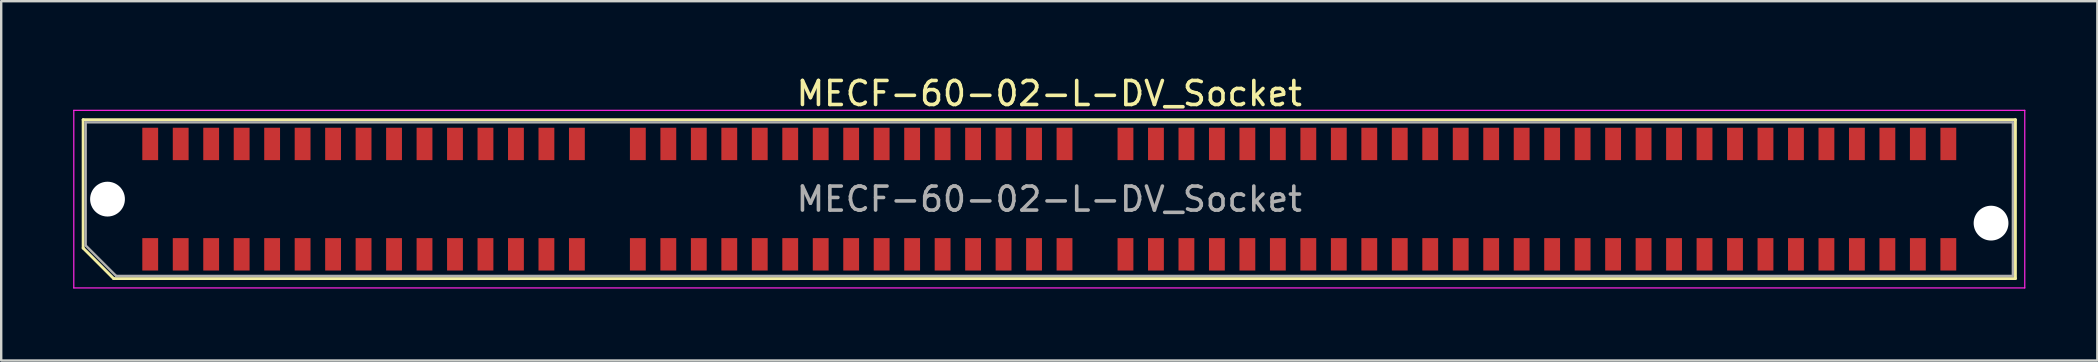
<source format=kicad_pcb>
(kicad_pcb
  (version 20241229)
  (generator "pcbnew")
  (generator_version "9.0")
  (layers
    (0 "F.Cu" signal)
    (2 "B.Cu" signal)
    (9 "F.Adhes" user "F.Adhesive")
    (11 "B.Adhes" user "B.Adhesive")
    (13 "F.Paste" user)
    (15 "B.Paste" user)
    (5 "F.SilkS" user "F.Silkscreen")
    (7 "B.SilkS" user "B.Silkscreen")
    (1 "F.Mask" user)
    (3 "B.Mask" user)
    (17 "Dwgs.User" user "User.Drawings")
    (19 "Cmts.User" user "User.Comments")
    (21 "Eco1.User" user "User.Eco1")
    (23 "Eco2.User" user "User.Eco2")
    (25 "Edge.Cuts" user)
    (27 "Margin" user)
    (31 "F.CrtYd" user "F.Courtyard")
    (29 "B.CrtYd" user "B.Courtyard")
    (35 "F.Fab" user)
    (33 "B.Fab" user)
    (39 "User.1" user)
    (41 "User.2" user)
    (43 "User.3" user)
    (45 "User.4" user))
  (footprint "MECF-60-02-L-DV_Socket"
    (layer "F.Cu")
    (at 40.675 5.248)
    (property "Reference" "MECF-60-02-L-DV_Socket" (at 0 -4.4 0) (layer "F.SilkS") (effects (font (size 1 1) (thickness 0.15))))
    (attr smd)
    (fp_line (start -40.26 -3.31) (end 40.26 -3.31) (stroke (width 0.12) (type solid)) (layer "F.SilkS"))
    (fp_line (start -40.26 2.04) (end -40.26 -3.31) (stroke (width 0.12) (type solid)) (layer "F.SilkS"))
    (fp_line (start -38.99 3.31) (end -40.26 2.04) (stroke (width 0.12) (type solid)) (layer "F.SilkS"))
    (fp_line (start -38.99 3.31) (end 40.26 3.31) (stroke (width 0.12) (type solid)) (layer "F.SilkS"))
    (fp_line (start 40.26 3.31) (end 40.26 -3.31) (stroke (width 0.12) (type solid)) (layer "F.SilkS"))
    (fp_line (start -40.65 -3.7) (end -40.65 3.7) (stroke (width 0.05) (type solid)) (layer "F.CrtYd"))
    (fp_line (start -40.65 3.7) (end 40.65 3.7) (stroke (width 0.05) (type solid)) (layer "F.CrtYd"))
    (fp_line (start 40.65 -3.7) (end -40.65 -3.7) (stroke (width 0.05) (type solid)) (layer "F.CrtYd"))
    (fp_line (start 40.65 3.7) (end 40.65 -3.7) (stroke (width 0.05) (type solid)) (layer "F.CrtYd"))
    (fp_line (start -40.155 -3.2) (end 40.155 -3.2) (stroke (width 0.1) (type solid)) (layer "F.Fab"))
    (fp_line (start -40.155 1.93) (end -40.155 -3.2) (stroke (width 0.1) (type solid)) (layer "F.Fab"))
    (fp_line (start -40.155 1.93) (end -38.885 3.2) (stroke (width 0.1) (type solid)) (layer "F.Fab"))
    (fp_line (start -38.885 3.2) (end 40.155 3.2) (stroke (width 0.1) (type solid)) (layer "F.Fab"))
    (fp_line (start 40.155 3.2) (end 40.155 -3.2) (stroke (width 0.1) (type solid)) (layer "F.Fab"))
    (fp_text user "${REFERENCE}" (at 0 0 0) (layer "F.Fab") (effects (font (size 1 1) (thickness 0.15))))
    (pad "" np_thru_hole circle (at -39.245 0) (size 1.45 1.45) (drill 1.45) (layers "*.Cu" "*.Mask"))
    (pad "" np_thru_hole circle (at 39.245 1) (size 1.45 1.45) (drill 1.45) (layers "*.Cu" "*.Mask"))
    (pad "1" smd rect (at -37.465 2.3) (size 0.66 1.35) (layers "F.Cu" "F.Mask" "F.Paste"))
    (pad "2" smd rect (at -37.465 -2.3) (size 0.66 1.35) (layers "F.Cu" "F.Mask" "F.Paste"))
    (pad "3" smd rect (at -36.195 2.3) (size 0.66 1.35) (layers "F.Cu" "F.Mask" "F.Paste"))
    (pad "4" smd rect (at -36.195 -2.3) (size 0.66 1.35) (layers "F.Cu" "F.Mask" "F.Paste"))
    (pad "5" smd rect (at -34.925 2.3) (size 0.66 1.35) (layers "F.Cu" "F.Mask" "F.Paste"))
    (pad "6" smd rect (at -34.925 -2.3) (size 0.66 1.35) (layers "F.Cu" "F.Mask" "F.Paste"))
    (pad "7" smd rect (at -33.655 2.3) (size 0.66 1.35) (layers "F.Cu" "F.Mask" "F.Paste"))
    (pad "8" smd rect (at -33.655 -2.3) (size 0.66 1.35) (layers "F.Cu" "F.Mask" "F.Paste"))
    (pad "9" smd rect (at -32.385 2.3) (size 0.66 1.35) (layers "F.Cu" "F.Mask" "F.Paste"))
    (pad "10" smd rect (at -32.385 -2.3) (size 0.66 1.35) (layers "F.Cu" "F.Mask" "F.Paste"))
    (pad "11" smd rect (at -31.115 2.3) (size 0.66 1.35) (layers "F.Cu" "F.Mask" "F.Paste"))
    (pad "12" smd rect (at -31.115 -2.3) (size 0.66 1.35) (layers "F.Cu" "F.Mask" "F.Paste"))
    (pad "13" smd rect (at -29.845 2.3) (size 0.66 1.35) (layers "F.Cu" "F.Mask" "F.Paste"))
    (pad "14" smd rect (at -29.845 -2.3) (size 0.66 1.35) (layers "F.Cu" "F.Mask" "F.Paste"))
    (pad "15" smd rect (at -28.575 2.3) (size 0.66 1.35) (layers "F.Cu" "F.Mask" "F.Paste"))
    (pad "16" smd rect (at -28.575 -2.3) (size 0.66 1.35) (layers "F.Cu" "F.Mask" "F.Paste"))
    (pad "17" smd rect (at -27.305 2.3) (size 0.66 1.35) (layers "F.Cu" "F.Mask" "F.Paste"))
    (pad "18" smd rect (at -27.305 -2.3) (size 0.66 1.35) (layers "F.Cu" "F.Mask" "F.Paste"))
    (pad "19" smd rect (at -26.035 2.3) (size 0.66 1.35) (layers "F.Cu" "F.Mask" "F.Paste"))
    (pad "20" smd rect (at -26.035 -2.3) (size 0.66 1.35) (layers "F.Cu" "F.Mask" "F.Paste"))
    (pad "21" smd rect (at -24.765 2.3) (size 0.66 1.35) (layers "F.Cu" "F.Mask" "F.Paste"))
    (pad "22" smd rect (at -24.765 -2.3) (size 0.66 1.35) (layers "F.Cu" "F.Mask" "F.Paste"))
    (pad "23" smd rect (at -23.495 2.3) (size 0.66 1.35) (layers "F.Cu" "F.Mask" "F.Paste"))
    (pad "24" smd rect (at -23.495 -2.3) (size 0.66 1.35) (layers "F.Cu" "F.Mask" "F.Paste"))
    (pad "25" smd rect (at -22.225 2.3) (size 0.66 1.35) (layers "F.Cu" "F.Mask" "F.Paste"))
    (pad "26" smd rect (at -22.225 -2.3) (size 0.66 1.35) (layers "F.Cu" "F.Mask" "F.Paste"))
    (pad "27" smd rect (at -20.955 2.3) (size 0.66 1.35) (layers "F.Cu" "F.Mask" "F.Paste"))
    (pad "28" smd rect (at -20.955 -2.3) (size 0.66 1.35) (layers "F.Cu" "F.Mask" "F.Paste"))
    (pad "29" smd rect (at -19.685 2.3) (size 0.66 1.35) (layers "F.Cu" "F.Mask" "F.Paste"))
    (pad "30" smd rect (at -19.685 -2.3) (size 0.66 1.35) (layers "F.Cu" "F.Mask" "F.Paste"))
    (pad "33" smd rect (at -17.145 2.3) (size 0.66 1.35) (layers "F.Cu" "F.Mask" "F.Paste"))
    (pad "34" smd rect (at -17.145 -2.3) (size 0.66 1.35) (layers "F.Cu" "F.Mask" "F.Paste"))
    (pad "35" smd rect (at -15.875 2.3) (size 0.66 1.35) (layers "F.Cu" "F.Mask" "F.Paste"))
    (pad "36" smd rect (at -15.875 -2.3) (size 0.66 1.35) (layers "F.Cu" "F.Mask" "F.Paste"))
    (pad "37" smd rect (at -14.605 2.3) (size 0.66 1.35) (layers "F.Cu" "F.Mask" "F.Paste"))
    (pad "38" smd rect (at -14.605 -2.3) (size 0.66 1.35) (layers "F.Cu" "F.Mask" "F.Paste"))
    (pad "39" smd rect (at -13.335 2.3) (size 0.66 1.35) (layers "F.Cu" "F.Mask" "F.Paste"))
    (pad "40" smd rect (at -13.335 -2.3) (size 0.66 1.35) (layers "F.Cu" "F.Mask" "F.Paste"))
    (pad "41" smd rect (at -12.065 2.3) (size 0.66 1.35) (layers "F.Cu" "F.Mask" "F.Paste"))
    (pad "42" smd rect (at -12.065 -2.3) (size 0.66 1.35) (layers "F.Cu" "F.Mask" "F.Paste"))
    (pad "43" smd rect (at -10.795 2.3) (size 0.66 1.35) (layers "F.Cu" "F.Mask" "F.Paste"))
    (pad "44" smd rect (at -10.795 -2.3) (size 0.66 1.35) (layers "F.Cu" "F.Mask" "F.Paste"))
    (pad "45" smd rect (at -9.525 2.3) (size 0.66 1.35) (layers "F.Cu" "F.Mask" "F.Paste"))
    (pad "46" smd rect (at -9.525 -2.3) (size 0.66 1.35) (layers "F.Cu" "F.Mask" "F.Paste"))
    (pad "47" smd rect (at -8.255 2.3) (size 0.66 1.35) (layers "F.Cu" "F.Mask" "F.Paste"))
    (pad "48" smd rect (at -8.255 -2.3) (size 0.66 1.35) (layers "F.Cu" "F.Mask" "F.Paste"))
    (pad "49" smd rect (at -6.985 2.3) (size 0.66 1.35) (layers "F.Cu" "F.Mask" "F.Paste"))
    (pad "50" smd rect (at -6.985 -2.3) (size 0.66 1.35) (layers "F.Cu" "F.Mask" "F.Paste"))
    (pad "51" smd rect (at -5.715 2.3) (size 0.66 1.35) (layers "F.Cu" "F.Mask" "F.Paste"))
    (pad "52" smd rect (at -5.715 -2.3) (size 0.66 1.35) (layers "F.Cu" "F.Mask" "F.Paste"))
    (pad "53" smd rect (at -4.445 2.3) (size 0.66 1.35) (layers "F.Cu" "F.Mask" "F.Paste"))
    (pad "54" smd rect (at -4.445 -2.3) (size 0.66 1.35) (layers "F.Cu" "F.Mask" "F.Paste"))
    (pad "55" smd rect (at -3.175 2.3) (size 0.66 1.35) (layers "F.Cu" "F.Mask" "F.Paste"))
    (pad "56" smd rect (at -3.175 -2.3) (size 0.66 1.35) (layers "F.Cu" "F.Mask" "F.Paste"))
    (pad "57" smd rect (at -1.905 2.3) (size 0.66 1.35) (layers "F.Cu" "F.Mask" "F.Paste"))
    (pad "58" smd rect (at -1.905 -2.3) (size 0.66 1.35) (layers "F.Cu" "F.Mask" "F.Paste"))
    (pad "59" smd rect (at -0.635 2.3) (size 0.66 1.35) (layers "F.Cu" "F.Mask" "F.Paste"))
    (pad "60" smd rect (at -0.635 -2.3) (size 0.66 1.35) (layers "F.Cu" "F.Mask" "F.Paste"))
    (pad "61" smd rect (at 0.635 2.3) (size 0.66 1.35) (layers "F.Cu" "F.Mask" "F.Paste"))
    (pad "62" smd rect (at 0.635 -2.3) (size 0.66 1.35) (layers "F.Cu" "F.Mask" "F.Paste"))
    (pad "65" smd rect (at 3.175 2.3) (size 0.66 1.35) (layers "F.Cu" "F.Mask" "F.Paste"))
    (pad "66" smd rect (at 3.175 -2.3) (size 0.66 1.35) (layers "F.Cu" "F.Mask" "F.Paste"))
    (pad "67" smd rect (at 4.445 2.3) (size 0.66 1.35) (layers "F.Cu" "F.Mask" "F.Paste"))
    (pad "68" smd rect (at 4.445 -2.3) (size 0.66 1.35) (layers "F.Cu" "F.Mask" "F.Paste"))
    (pad "69" smd rect (at 5.715 2.3) (size 0.66 1.35) (layers "F.Cu" "F.Mask" "F.Paste"))
    (pad "70" smd rect (at 5.715 -2.3) (size 0.66 1.35) (layers "F.Cu" "F.Mask" "F.Paste"))
    (pad "71" smd rect (at 6.985 2.3) (size 0.66 1.35) (layers "F.Cu" "F.Mask" "F.Paste"))
    (pad "72" smd rect (at 6.985 -2.3) (size 0.66 1.35) (layers "F.Cu" "F.Mask" "F.Paste"))
    (pad "73" smd rect (at 8.255 2.3) (size 0.66 1.35) (layers "F.Cu" "F.Mask" "F.Paste"))
    (pad "74" smd rect (at 8.255 -2.3) (size 0.66 1.35) (layers "F.Cu" "F.Mask" "F.Paste"))
    (pad "75" smd rect (at 9.525 2.3) (size 0.66 1.35) (layers "F.Cu" "F.Mask" "F.Paste"))
    (pad "76" smd rect (at 9.525 -2.3) (size 0.66 1.35) (layers "F.Cu" "F.Mask" "F.Paste"))
    (pad "77" smd rect (at 10.795 2.3) (size 0.66 1.35) (layers "F.Cu" "F.Mask" "F.Paste"))
    (pad "78" smd rect (at 10.795 -2.3) (size 0.66 1.35) (layers "F.Cu" "F.Mask" "F.Paste"))
    (pad "79" smd rect (at 12.065 2.3) (size 0.66 1.35) (layers "F.Cu" "F.Mask" "F.Paste"))
    (pad "80" smd rect (at 12.065 -2.3) (size 0.66 1.35) (layers "F.Cu" "F.Mask" "F.Paste"))
    (pad "81" smd rect (at 13.335 2.3) (size 0.66 1.35) (layers "F.Cu" "F.Mask" "F.Paste"))
    (pad "82" smd rect (at 13.335 -2.3) (size 0.66 1.35) (layers "F.Cu" "F.Mask" "F.Paste"))
    (pad "83" smd rect (at 14.605 2.3) (size 0.66 1.35) (layers "F.Cu" "F.Mask" "F.Paste"))
    (pad "84" smd rect (at 14.605 -2.3) (size 0.66 1.35) (layers "F.Cu" "F.Mask" "F.Paste"))
    (pad "85" smd rect (at 15.875 2.3) (size 0.66 1.35) (layers "F.Cu" "F.Mask" "F.Paste"))
    (pad "86" smd rect (at 15.875 -2.3) (size 0.66 1.35) (layers "F.Cu" "F.Mask" "F.Paste"))
    (pad "87" smd rect (at 17.145 2.3) (size 0.66 1.35) (layers "F.Cu" "F.Mask" "F.Paste"))
    (pad "88" smd rect (at 17.145 -2.3) (size 0.66 1.35) (layers "F.Cu" "F.Mask" "F.Paste"))
    (pad "89" smd rect (at 18.415 2.3) (size 0.66 1.35) (layers "F.Cu" "F.Mask" "F.Paste"))
    (pad "90" smd rect (at 18.415 -2.3) (size 0.66 1.35) (layers "F.Cu" "F.Mask" "F.Paste"))
    (pad "91" smd rect (at 19.685 2.3) (size 0.66 1.35) (layers "F.Cu" "F.Mask" "F.Paste"))
    (pad "92" smd rect (at 19.685 -2.3) (size 0.66 1.35) (layers "F.Cu" "F.Mask" "F.Paste"))
    (pad "93" smd rect (at 20.955 2.3) (size 0.66 1.35) (layers "F.Cu" "F.Mask" "F.Paste"))
    (pad "94" smd rect (at 20.955 -2.3) (size 0.66 1.35) (layers "F.Cu" "F.Mask" "F.Paste"))
    (pad "95" smd rect (at 22.225 2.3) (size 0.66 1.35) (layers "F.Cu" "F.Mask" "F.Paste"))
    (pad "96" smd rect (at 22.225 -2.3) (size 0.66 1.35) (layers "F.Cu" "F.Mask" "F.Paste"))
    (pad "97" smd rect (at 23.495 2.3) (size 0.66 1.35) (layers "F.Cu" "F.Mask" "F.Paste"))
    (pad "98" smd rect (at 23.495 -2.3) (size 0.66 1.35) (layers "F.Cu" "F.Mask" "F.Paste"))
    (pad "99" smd rect (at 24.765 2.3) (size 0.66 1.35) (layers "F.Cu" "F.Mask" "F.Paste"))
    (pad "100" smd rect (at 24.765 -2.3) (size 0.66 1.35) (layers "F.Cu" "F.Mask" "F.Paste"))
    (pad "101" smd rect (at 26.035 2.3) (size 0.66 1.35) (layers "F.Cu" "F.Mask" "F.Paste"))
    (pad "102" smd rect (at 26.035 -2.3) (size 0.66 1.35) (layers "F.Cu" "F.Mask" "F.Paste"))
    (pad "103" smd rect (at 27.305 2.3) (size 0.66 1.35) (layers "F.Cu" "F.Mask" "F.Paste"))
    (pad "104" smd rect (at 27.305 -2.3) (size 0.66 1.35) (layers "F.Cu" "F.Mask" "F.Paste"))
    (pad "105" smd rect (at 28.575 2.3) (size 0.66 1.35) (layers "F.Cu" "F.Mask" "F.Paste"))
    (pad "106" smd rect (at 28.575 -2.3) (size 0.66 1.35) (layers "F.Cu" "F.Mask" "F.Paste"))
    (pad "107" smd rect (at 29.845 2.3) (size 0.66 1.35) (layers "F.Cu" "F.Mask" "F.Paste"))
    (pad "108" smd rect (at 29.845 -2.3) (size 0.66 1.35) (layers "F.Cu" "F.Mask" "F.Paste"))
    (pad "109" smd rect (at 31.115 2.3) (size 0.66 1.35) (layers "F.Cu" "F.Mask" "F.Paste"))
    (pad "110" smd rect (at 31.115 -2.3) (size 0.66 1.35) (layers "F.Cu" "F.Mask" "F.Paste"))
    (pad "111" smd rect (at 32.385 2.3) (size 0.66 1.35) (layers "F.Cu" "F.Mask" "F.Paste"))
    (pad "112" smd rect (at 32.385 -2.3) (size 0.66 1.35) (layers "F.Cu" "F.Mask" "F.Paste"))
    (pad "113" smd rect (at 33.655 2.3) (size 0.66 1.35) (layers "F.Cu" "F.Mask" "F.Paste"))
    (pad "114" smd rect (at 33.655 -2.3) (size 0.66 1.35) (layers "F.Cu" "F.Mask" "F.Paste"))
    (pad "115" smd rect (at 34.925 2.3) (size 0.66 1.35) (layers "F.Cu" "F.Mask" "F.Paste"))
    (pad "116" smd rect (at 34.925 -2.3) (size 0.66 1.35) (layers "F.Cu" "F.Mask" "F.Paste"))
    (pad "117" smd rect (at 36.195 2.3) (size 0.66 1.35) (layers "F.Cu" "F.Mask" "F.Paste"))
    (pad "118" smd rect (at 36.195 -2.3) (size 0.66 1.35) (layers "F.Cu" "F.Mask" "F.Paste"))
    (pad "119" smd rect (at 37.465 2.3) (size 0.66 1.35) (layers "F.Cu" "F.Mask" "F.Paste"))
    (pad "120" smd rect (at 37.465 -2.3) (size 0.66 1.35) (layers "F.Cu" "F.Mask" "F.Paste")))
  (gr_rect
    (start -3 -3)
    (end 84.35 11.973)
    (stroke (width 0.1) (type default))
    (fill no)
    (layer "Edge.Cuts")))
</source>
